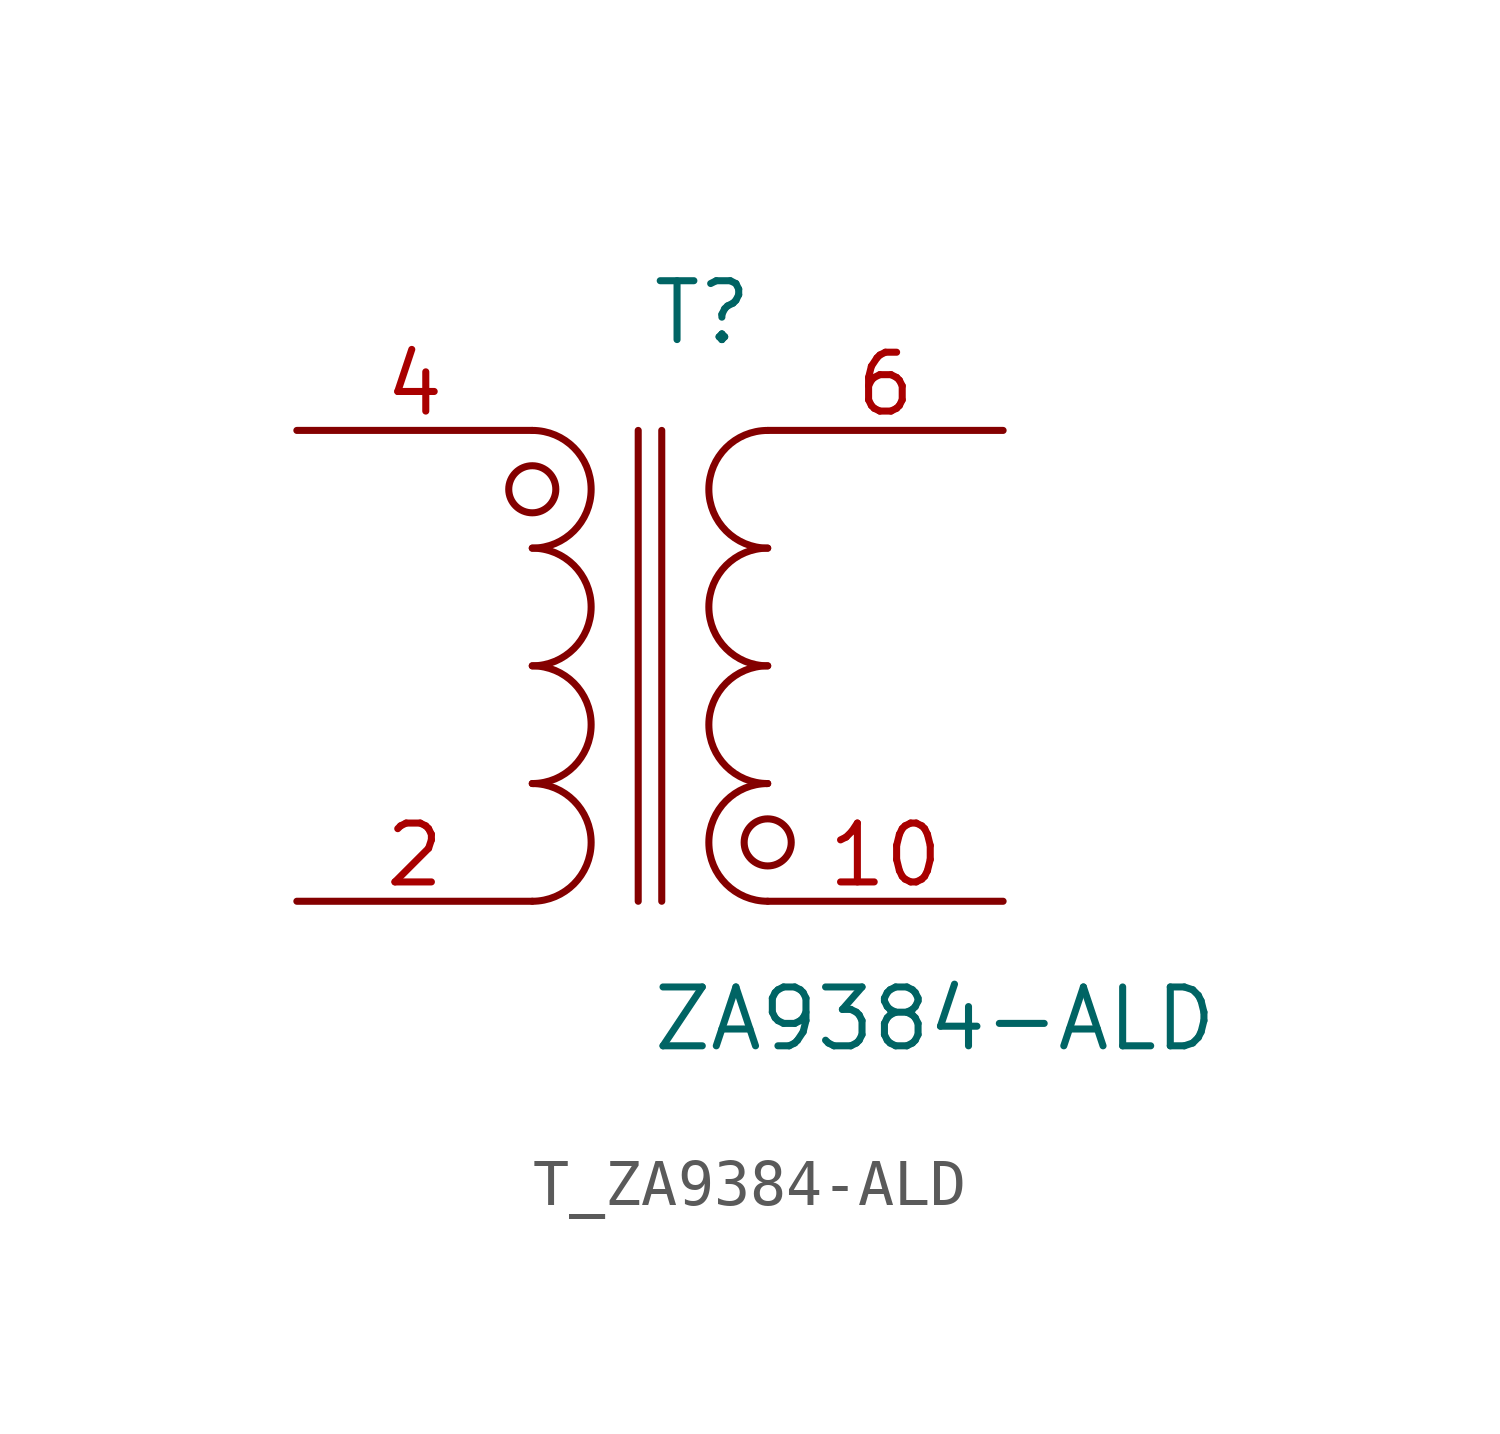
<source format=kicad_sym>
(kicad_symbol_lib
  (version 20231120)
  (generator kicad_symbol_editor)
  (generator_version 8.0)
  (symbol "T_ZA9384-ALD"
    (pin_names
      (offset 0.254))
    (property "Reference" "T"
      (at 0.0 7.62 0)
      (effects (font (size 1.27 1.27)) (justify left)))
    (property "Value" "ZA9384-ALD"
      (at 0.0 -7.62 0)
      (effects (font (size 1.27 1.27)) (justify left)))
    (symbol "T_ZA9384-ALD_0_1"
      (arc (start -2.54 -5.08) (mid -1.27 -3.81) (end -2.54 -2.54) (stroke (width 0) (type default)) (fill (type none)))
      (arc (start -2.54 -2.54) (mid -1.27 -1.27) (end -2.54 0.0) (stroke (width 0) (type default)) (fill (type none)))
      (arc (start -2.54 0.0) (mid -1.27 1.27) (end -2.54 2.54) (stroke (width 0) (type default)) (fill (type none)))
      (arc (start -2.54 2.54) (mid -1.27 3.81) (end -2.54 5.08) (stroke (width 0) (type default)) (fill (type none)))
      (arc (start 2.54 -5.08) (mid 1.27 -3.81) (end 2.54 -2.54) (stroke (width 0) (type default)) (fill (type none)))
      (arc (start 2.54 -2.54) (mid 1.27 -1.27) (end 2.54 0.0) (stroke (width 0) (type default)) (fill (type none)))
      (arc (start 2.54 0.0) (mid 1.27 1.27) (end 2.54 2.54) (stroke (width 0) (type default)) (fill (type none)))
      (arc (start 2.54 2.54) (mid 1.27 3.81) (end 2.54 5.08) (stroke (width 0) (type default)) (fill (type none)))
      (circle (center -2.54 3.81) (radius 0.508) (stroke (width 0) (type default)) (fill (type none)))
      (circle (center 2.54 -3.81) (radius 0.508) (stroke (width 0) (type default)) (fill (type none)))
      (polyline (pts (xy -0.254 5.08) (xy -0.254 -5.08)) (stroke (width 0) (type default)) (fill (type none)))
      (polyline (pts (xy 0.254 5.08) (xy 0.254 -5.08)) (stroke (width 0) (type default)) (fill (type none)))
      (pin unspecified line (at -7.62 5.08 0) (length 5.08) (name "" (effects (font (size 1.27 1.27)))) (number "4" (effects (font (size 1.27 1.27)))))
      (pin no_connect line (at -7.62 2.54 0) (length 2.54) (name "" (effects (font (size 1.27 1.27)))) (number "5" (effects (font (size 1.27 1.27)))) hide)
      (pin no_connect line (at -7.62 0.0 0) (length 2.54) (name "" (effects (font (size 1.27 1.27)))) (number "3" (effects (font (size 1.27 1.27)))) hide)
      (pin no_connect line (at -7.62 -2.54 0) (length 2.54) (name "" (effects (font (size 1.27 1.27)))) (number "1" (effects (font (size 1.27 1.27)))) hide)
      (pin unspecified line (at -7.62 -5.08 0) (length 5.08) (name "" (effects (font (size 1.27 1.27)))) (number "2" (effects (font (size 1.27 1.27)))))
      (pin unspecified line (at 7.62 5.08 180) (length 5.08) (name "" (effects (font (size 1.27 1.27)))) (number "6" (effects (font (size 1.27 1.27)))))
      (pin no_connect line (at 7.62 2.54 180) (length 2.54) (name "" (effects (font (size 1.27 1.27)))) (number "7" (effects (font (size 1.27 1.27)))) hide)
      (pin no_connect line (at 7.62 0.0 180) (length 2.54) (name "" (effects (font (size 1.27 1.27)))) (number "8" (effects (font (size 1.27 1.27)))) hide)
      (pin no_connect line (at 7.62 -2.54 180) (length 2.54) (name "" (effects (font (size 1.27 1.27)))) (number "9" (effects (font (size 1.27 1.27)))) hide)
      (pin unspecified line (at 7.62 -5.08 180) (length 5.08) (name "" (effects (font (size 1.27 1.27)))) (number "10" (effects (font (size 1.27 1.27))))))))
</source>
